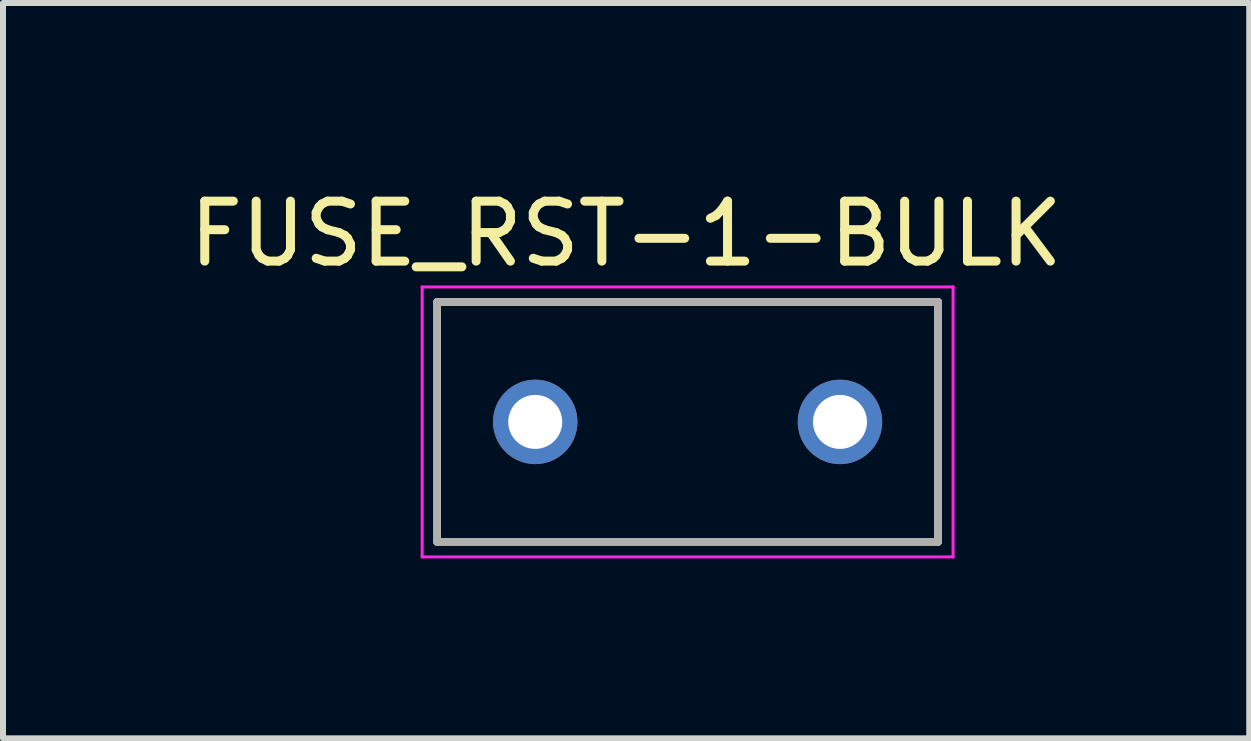
<source format=kicad_pcb>
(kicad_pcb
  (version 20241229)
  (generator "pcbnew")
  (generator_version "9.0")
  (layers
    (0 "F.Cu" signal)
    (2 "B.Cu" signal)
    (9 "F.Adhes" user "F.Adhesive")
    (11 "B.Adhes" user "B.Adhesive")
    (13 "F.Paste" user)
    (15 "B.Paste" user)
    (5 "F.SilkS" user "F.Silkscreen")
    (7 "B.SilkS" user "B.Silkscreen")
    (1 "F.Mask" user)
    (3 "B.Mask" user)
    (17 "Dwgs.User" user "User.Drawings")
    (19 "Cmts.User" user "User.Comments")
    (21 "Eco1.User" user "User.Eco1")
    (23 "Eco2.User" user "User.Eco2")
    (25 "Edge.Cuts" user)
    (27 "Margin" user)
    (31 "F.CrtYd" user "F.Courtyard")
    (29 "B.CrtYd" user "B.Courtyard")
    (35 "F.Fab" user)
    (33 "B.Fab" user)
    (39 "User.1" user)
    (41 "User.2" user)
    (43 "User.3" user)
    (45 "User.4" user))
  (footprint "FUSE_RST-1-BULK"
    (layer "F.Cu")
    (at 8.412 3.983)
    (property "Reference" "FUSE_RST-1-BULK" (at -1.025 -3.135 0) (layer "F.SilkS") (effects (font (size 1 1) (thickness 0.15))))
    (attr through_hole)
    (fp_line (start -4.175 -2) (end 4.175 -2) (stroke (width 0.127) (type solid)) (layer "F.SilkS"))
    (fp_line (start -4.175 2) (end -4.175 -2) (stroke (width 0.127) (type solid)) (layer "F.SilkS"))
    (fp_line (start 4.175 -2) (end 4.175 2) (stroke (width 0.127) (type solid)) (layer "F.SilkS"))
    (fp_line (start 4.175 2) (end -4.175 2) (stroke (width 0.127) (type solid)) (layer "F.SilkS"))
    (fp_line (start -4.425 -2.25) (end 4.425 -2.25) (stroke (width 0.05) (type solid)) (layer "F.CrtYd"))
    (fp_line (start -4.425 2.25) (end -4.425 -2.25) (stroke (width 0.05) (type solid)) (layer "F.CrtYd"))
    (fp_line (start 4.425 -2.25) (end 4.425 2.25) (stroke (width 0.05) (type solid)) (layer "F.CrtYd"))
    (fp_line (start 4.425 2.25) (end -4.425 2.25) (stroke (width 0.05) (type solid)) (layer "F.CrtYd"))
    (fp_line (start -4.175 -2) (end 4.175 -2) (stroke (width 0.127) (type solid)) (layer "F.Fab"))
    (fp_line (start -4.175 2) (end -4.175 -2) (stroke (width 0.127) (type solid)) (layer "F.Fab"))
    (fp_line (start 4.175 -2) (end 4.175 2) (stroke (width 0.127) (type solid)) (layer "F.Fab"))
    (fp_line (start 4.175 2) (end -4.175 2) (stroke (width 0.127) (type solid)) (layer "F.Fab"))
    (pad "1" thru_hole circle (at -2.54 0) (size 1.408 1.408) (drill 0.9) (layers "*.Cu" "*.Mask"))
    (pad "2" thru_hole circle (at 2.54 0) (size 1.408 1.408) (drill 0.9) (layers "*.Cu" "*.Mask")))
  (gr_rect
    (start -3 -3)
    (end 17.774 9.258)
    (stroke (width 0.1) (type default))
    (fill no)
    (layer "Edge.Cuts")))
</source>
